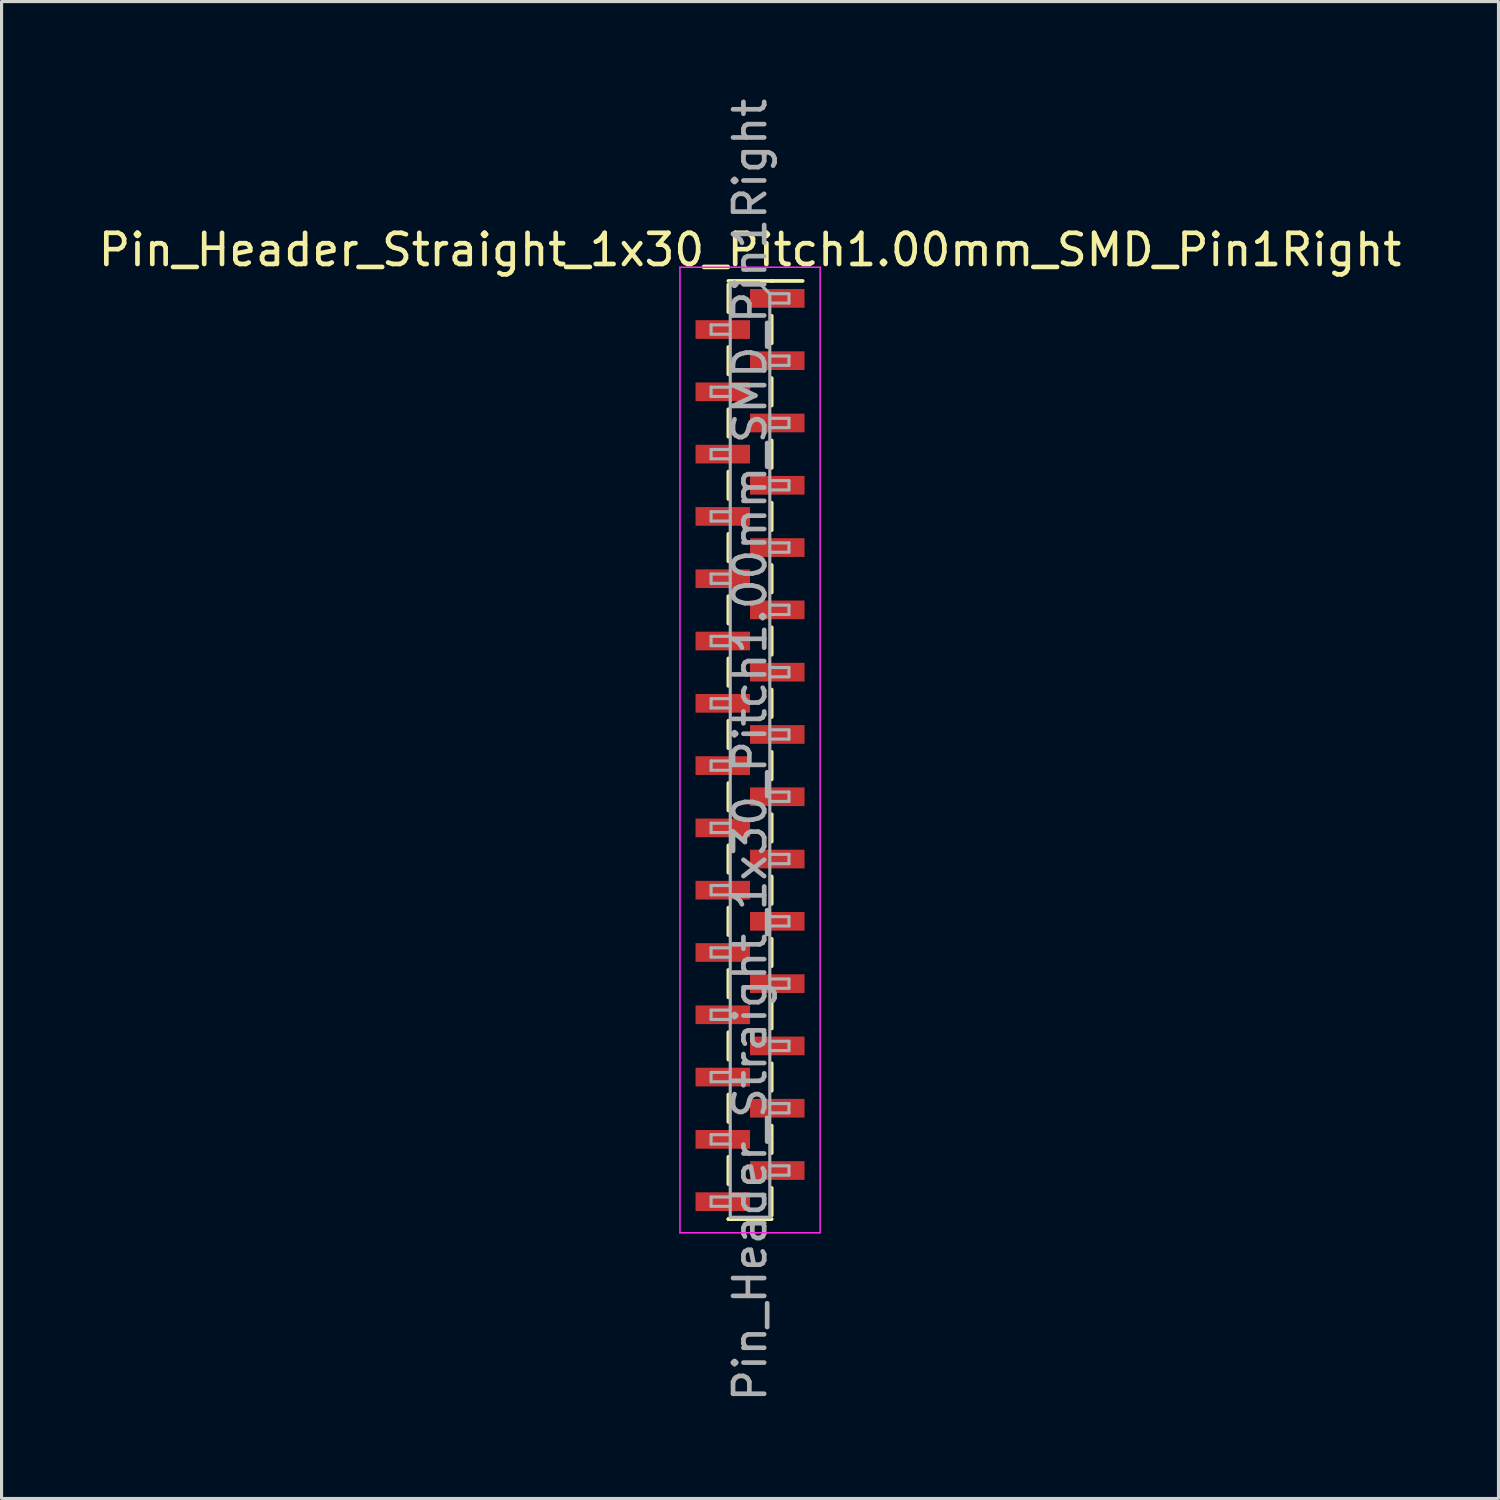
<source format=kicad_pcb>
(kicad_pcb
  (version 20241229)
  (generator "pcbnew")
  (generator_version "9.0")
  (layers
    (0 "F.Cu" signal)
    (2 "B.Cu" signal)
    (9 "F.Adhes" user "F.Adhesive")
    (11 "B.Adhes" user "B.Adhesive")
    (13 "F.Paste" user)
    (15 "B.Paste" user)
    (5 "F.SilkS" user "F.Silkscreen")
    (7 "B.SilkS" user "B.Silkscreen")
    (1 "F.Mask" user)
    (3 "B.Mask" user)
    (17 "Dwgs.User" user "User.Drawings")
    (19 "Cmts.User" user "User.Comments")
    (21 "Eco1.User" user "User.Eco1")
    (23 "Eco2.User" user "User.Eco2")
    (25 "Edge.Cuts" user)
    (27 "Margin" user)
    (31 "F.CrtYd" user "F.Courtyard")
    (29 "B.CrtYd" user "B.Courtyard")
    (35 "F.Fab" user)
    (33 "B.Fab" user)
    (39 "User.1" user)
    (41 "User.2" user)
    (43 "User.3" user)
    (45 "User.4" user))
  (footprint "Pin_Header_Straight_1x30_Pitch1.00mm_SMD_Pin1Right"
    (layer "F.Cu")
    (at 21.03 21.03)
    (property "Reference" "Pin_Header_Straight_1x30_Pitch1.00mm_SMD_Pin1Right" (at 0 -16.06 0) (layer "F.SilkS") (effects (font (size 1 1) (thickness 0.15))))
    (attr smd)
    (fp_line (start -0.695 -15.06) (end 0.695 -15.06) (stroke (width 0.12) (type solid)) (layer "F.SilkS"))
    (fp_line (start -0.695 -14.94) (end -0.695 -14.06) (stroke (width 0.12) (type solid)) (layer "F.SilkS"))
    (fp_line (start -0.695 -12.94) (end -0.695 -12.06) (stroke (width 0.12) (type solid)) (layer "F.SilkS"))
    (fp_line (start -0.695 -10.94) (end -0.695 -10.06) (stroke (width 0.12) (type solid)) (layer "F.SilkS"))
    (fp_line (start -0.695 -8.94) (end -0.695 -8.06) (stroke (width 0.12) (type solid)) (layer "F.SilkS"))
    (fp_line (start -0.695 -6.94) (end -0.695 -6.06) (stroke (width 0.12) (type solid)) (layer "F.SilkS"))
    (fp_line (start -0.695 -4.94) (end -0.695 -4.06) (stroke (width 0.12) (type solid)) (layer "F.SilkS"))
    (fp_line (start -0.695 -2.94) (end -0.695 -2.06) (stroke (width 0.12) (type solid)) (layer "F.SilkS"))
    (fp_line (start -0.695 -0.94) (end -0.695 -0.06) (stroke (width 0.12) (type solid)) (layer "F.SilkS"))
    (fp_line (start -0.695 1.06) (end -0.695 1.94) (stroke (width 0.12) (type solid)) (layer "F.SilkS"))
    (fp_line (start -0.695 3.06) (end -0.695 3.94) (stroke (width 0.12) (type solid)) (layer "F.SilkS"))
    (fp_line (start -0.695 5.06) (end -0.695 5.94) (stroke (width 0.12) (type solid)) (layer "F.SilkS"))
    (fp_line (start -0.695 7.06) (end -0.695 7.94) (stroke (width 0.12) (type solid)) (layer "F.SilkS"))
    (fp_line (start -0.695 9.06) (end -0.695 9.94) (stroke (width 0.12) (type solid)) (layer "F.SilkS"))
    (fp_line (start -0.695 11.06) (end -0.695 11.94) (stroke (width 0.12) (type solid)) (layer "F.SilkS"))
    (fp_line (start -0.695 13.06) (end -0.695 13.94) (stroke (width 0.12) (type solid)) (layer "F.SilkS"))
    (fp_line (start -0.695 15.06) (end -0.695 15.06) (stroke (width 0.12) (type solid)) (layer "F.SilkS"))
    (fp_line (start -0.695 15.06) (end 0.695 15.06) (stroke (width 0.12) (type solid)) (layer "F.SilkS"))
    (fp_line (start 0.695 -15.06) (end 0.695 -15.06) (stroke (width 0.12) (type solid)) (layer "F.SilkS"))
    (fp_line (start 0.695 -15.06) (end 1.69 -15.06) (stroke (width 0.12) (type solid)) (layer "F.SilkS"))
    (fp_line (start 0.695 -13.94) (end 0.695 -13.06) (stroke (width 0.12) (type solid)) (layer "F.SilkS"))
    (fp_line (start 0.695 -11.94) (end 0.695 -11.06) (stroke (width 0.12) (type solid)) (layer "F.SilkS"))
    (fp_line (start 0.695 -9.94) (end 0.695 -9.06) (stroke (width 0.12) (type solid)) (layer "F.SilkS"))
    (fp_line (start 0.695 -7.94) (end 0.695 -7.06) (stroke (width 0.12) (type solid)) (layer "F.SilkS"))
    (fp_line (start 0.695 -5.94) (end 0.695 -5.06) (stroke (width 0.12) (type solid)) (layer "F.SilkS"))
    (fp_line (start 0.695 -3.94) (end 0.695 -3.06) (stroke (width 0.12) (type solid)) (layer "F.SilkS"))
    (fp_line (start 0.695 -1.94) (end 0.695 -1.06) (stroke (width 0.12) (type solid)) (layer "F.SilkS"))
    (fp_line (start 0.695 0.06) (end 0.695 0.94) (stroke (width 0.12) (type solid)) (layer "F.SilkS"))
    (fp_line (start 0.695 2.06) (end 0.695 2.94) (stroke (width 0.12) (type solid)) (layer "F.SilkS"))
    (fp_line (start 0.695 4.06) (end 0.695 4.94) (stroke (width 0.12) (type solid)) (layer "F.SilkS"))
    (fp_line (start 0.695 6.06) (end 0.695 6.94) (stroke (width 0.12) (type solid)) (layer "F.SilkS"))
    (fp_line (start 0.695 8.06) (end 0.695 8.94) (stroke (width 0.12) (type solid)) (layer "F.SilkS"))
    (fp_line (start 0.695 10.06) (end 0.695 10.94) (stroke (width 0.12) (type solid)) (layer "F.SilkS"))
    (fp_line (start 0.695 12.06) (end 0.695 12.94) (stroke (width 0.12) (type solid)) (layer "F.SilkS"))
    (fp_line (start 0.695 14.06) (end 0.695 14.94) (stroke (width 0.12) (type solid)) (layer "F.SilkS"))
    (fp_line (start -2.25 -15.5) (end -2.25 15.5) (stroke (width 0.05) (type solid)) (layer "F.CrtYd"))
    (fp_line (start -2.25 15.5) (end 2.25 15.5) (stroke (width 0.05) (type solid)) (layer "F.CrtYd"))
    (fp_line (start 2.25 -15.5) (end -2.25 -15.5) (stroke (width 0.05) (type solid)) (layer "F.CrtYd"))
    (fp_line (start 2.25 15.5) (end 2.25 -15.5) (stroke (width 0.05) (type solid)) (layer "F.CrtYd"))
    (fp_line (start -1.25 -13.65) (end -1.25 -13.35) (stroke (width 0.1) (type solid)) (layer "F.Fab"))
    (fp_line (start -1.25 -13.35) (end -0.635 -13.35) (stroke (width 0.1) (type solid)) (layer "F.Fab"))
    (fp_line (start -1.25 -11.65) (end -1.25 -11.35) (stroke (width 0.1) (type solid)) (layer "F.Fab"))
    (fp_line (start -1.25 -11.35) (end -0.635 -11.35) (stroke (width 0.1) (type solid)) (layer "F.Fab"))
    (fp_line (start -1.25 -9.65) (end -1.25 -9.35) (stroke (width 0.1) (type solid)) (layer "F.Fab"))
    (fp_line (start -1.25 -9.35) (end -0.635 -9.35) (stroke (width 0.1) (type solid)) (layer "F.Fab"))
    (fp_line (start -1.25 -7.65) (end -1.25 -7.35) (stroke (width 0.1) (type solid)) (layer "F.Fab"))
    (fp_line (start -1.25 -7.35) (end -0.635 -7.35) (stroke (width 0.1) (type solid)) (layer "F.Fab"))
    (fp_line (start -1.25 -5.65) (end -1.25 -5.35) (stroke (width 0.1) (type solid)) (layer "F.Fab"))
    (fp_line (start -1.25 -5.35) (end -0.635 -5.35) (stroke (width 0.1) (type solid)) (layer "F.Fab"))
    (fp_line (start -1.25 -3.65) (end -1.25 -3.35) (stroke (width 0.1) (type solid)) (layer "F.Fab"))
    (fp_line (start -1.25 -3.35) (end -0.635 -3.35) (stroke (width 0.1) (type solid)) (layer "F.Fab"))
    (fp_line (start -1.25 -1.65) (end -1.25 -1.35) (stroke (width 0.1) (type solid)) (layer "F.Fab"))
    (fp_line (start -1.25 -1.35) (end -0.635 -1.35) (stroke (width 0.1) (type solid)) (layer "F.Fab"))
    (fp_line (start -1.25 0.35) (end -1.25 0.65) (stroke (width 0.1) (type solid)) (layer "F.Fab"))
    (fp_line (start -1.25 0.65) (end -0.635 0.65) (stroke (width 0.1) (type solid)) (layer "F.Fab"))
    (fp_line (start -1.25 2.35) (end -1.25 2.65) (stroke (width 0.1) (type solid)) (layer "F.Fab"))
    (fp_line (start -1.25 2.65) (end -0.635 2.65) (stroke (width 0.1) (type solid)) (layer "F.Fab"))
    (fp_line (start -1.25 4.35) (end -1.25 4.65) (stroke (width 0.1) (type solid)) (layer "F.Fab"))
    (fp_line (start -1.25 4.65) (end -0.635 4.65) (stroke (width 0.1) (type solid)) (layer "F.Fab"))
    (fp_line (start -1.25 6.35) (end -1.25 6.65) (stroke (width 0.1) (type solid)) (layer "F.Fab"))
    (fp_line (start -1.25 6.65) (end -0.635 6.65) (stroke (width 0.1) (type solid)) (layer "F.Fab"))
    (fp_line (start -1.25 8.35) (end -1.25 8.65) (stroke (width 0.1) (type solid)) (layer "F.Fab"))
    (fp_line (start -1.25 8.65) (end -0.635 8.65) (stroke (width 0.1) (type solid)) (layer "F.Fab"))
    (fp_line (start -1.25 10.35) (end -1.25 10.65) (stroke (width 0.1) (type solid)) (layer "F.Fab"))
    (fp_line (start -1.25 10.65) (end -0.635 10.65) (stroke (width 0.1) (type solid)) (layer "F.Fab"))
    (fp_line (start -1.25 12.35) (end -1.25 12.65) (stroke (width 0.1) (type solid)) (layer "F.Fab"))
    (fp_line (start -1.25 12.65) (end -0.635 12.65) (stroke (width 0.1) (type solid)) (layer "F.Fab"))
    (fp_line (start -1.25 14.35) (end -1.25 14.65) (stroke (width 0.1) (type solid)) (layer "F.Fab"))
    (fp_line (start -1.25 14.65) (end -0.635 14.65) (stroke (width 0.1) (type solid)) (layer "F.Fab"))
    (fp_line (start -0.635 -15) (end -0.635 15) (stroke (width 0.1) (type solid)) (layer "F.Fab"))
    (fp_line (start -0.635 -15) (end 0.285 -15) (stroke (width 0.1) (type solid)) (layer "F.Fab"))
    (fp_line (start -0.635 -13.65) (end -1.25 -13.65) (stroke (width 0.1) (type solid)) (layer "F.Fab"))
    (fp_line (start -0.635 -11.65) (end -1.25 -11.65) (stroke (width 0.1) (type solid)) (layer "F.Fab"))
    (fp_line (start -0.635 -9.65) (end -1.25 -9.65) (stroke (width 0.1) (type solid)) (layer "F.Fab"))
    (fp_line (start -0.635 -7.65) (end -1.25 -7.65) (stroke (width 0.1) (type solid)) (layer "F.Fab"))
    (fp_line (start -0.635 -5.65) (end -1.25 -5.65) (stroke (width 0.1) (type solid)) (layer "F.Fab"))
    (fp_line (start -0.635 -3.65) (end -1.25 -3.65) (stroke (width 0.1) (type solid)) (layer "F.Fab"))
    (fp_line (start -0.635 -1.65) (end -1.25 -1.65) (stroke (width 0.1) (type solid)) (layer "F.Fab"))
    (fp_line (start -0.635 0.35) (end -1.25 0.35) (stroke (width 0.1) (type solid)) (layer "F.Fab"))
    (fp_line (start -0.635 2.35) (end -1.25 2.35) (stroke (width 0.1) (type solid)) (layer "F.Fab"))
    (fp_line (start -0.635 4.35) (end -1.25 4.35) (stroke (width 0.1) (type solid)) (layer "F.Fab"))
    (fp_line (start -0.635 6.35) (end -1.25 6.35) (stroke (width 0.1) (type solid)) (layer "F.Fab"))
    (fp_line (start -0.635 8.35) (end -1.25 8.35) (stroke (width 0.1) (type solid)) (layer "F.Fab"))
    (fp_line (start -0.635 10.35) (end -1.25 10.35) (stroke (width 0.1) (type solid)) (layer "F.Fab"))
    (fp_line (start -0.635 12.35) (end -1.25 12.35) (stroke (width 0.1) (type solid)) (layer "F.Fab"))
    (fp_line (start -0.635 14.35) (end -1.25 14.35) (stroke (width 0.1) (type solid)) (layer "F.Fab"))
    (fp_line (start 0.635 -14.65) (end 0.285 -15) (stroke (width 0.1) (type solid)) (layer "F.Fab"))
    (fp_line (start 0.635 -14.65) (end 1.25 -14.65) (stroke (width 0.1) (type solid)) (layer "F.Fab"))
    (fp_line (start 0.635 -12.65) (end 1.25 -12.65) (stroke (width 0.1) (type solid)) (layer "F.Fab"))
    (fp_line (start 0.635 -10.65) (end 1.25 -10.65) (stroke (width 0.1) (type solid)) (layer "F.Fab"))
    (fp_line (start 0.635 -8.65) (end 1.25 -8.65) (stroke (width 0.1) (type solid)) (layer "F.Fab"))
    (fp_line (start 0.635 -6.65) (end 1.25 -6.65) (stroke (width 0.1) (type solid)) (layer "F.Fab"))
    (fp_line (start 0.635 -4.65) (end 1.25 -4.65) (stroke (width 0.1) (type solid)) (layer "F.Fab"))
    (fp_line (start 0.635 -2.65) (end 1.25 -2.65) (stroke (width 0.1) (type solid)) (layer "F.Fab"))
    (fp_line (start 0.635 -0.65) (end 1.25 -0.65) (stroke (width 0.1) (type solid)) (layer "F.Fab"))
    (fp_line (start 0.635 1.35) (end 1.25 1.35) (stroke (width 0.1) (type solid)) (layer "F.Fab"))
    (fp_line (start 0.635 3.35) (end 1.25 3.35) (stroke (width 0.1) (type solid)) (layer "F.Fab"))
    (fp_line (start 0.635 5.35) (end 1.25 5.35) (stroke (width 0.1) (type solid)) (layer "F.Fab"))
    (fp_line (start 0.635 7.35) (end 1.25 7.35) (stroke (width 0.1) (type solid)) (layer "F.Fab"))
    (fp_line (start 0.635 9.35) (end 1.25 9.35) (stroke (width 0.1) (type solid)) (layer "F.Fab"))
    (fp_line (start 0.635 11.35) (end 1.25 11.35) (stroke (width 0.1) (type solid)) (layer "F.Fab"))
    (fp_line (start 0.635 13.35) (end 1.25 13.35) (stroke (width 0.1) (type solid)) (layer "F.Fab"))
    (fp_line (start 0.635 15) (end -0.635 15) (stroke (width 0.1) (type solid)) (layer "F.Fab"))
    (fp_line (start 0.635 15) (end 0.635 -14.65) (stroke (width 0.1) (type solid)) (layer "F.Fab"))
    (fp_line (start 1.25 -14.65) (end 1.25 -14.35) (stroke (width 0.1) (type solid)) (layer "F.Fab"))
    (fp_line (start 1.25 -14.35) (end 0.635 -14.35) (stroke (width 0.1) (type solid)) (layer "F.Fab"))
    (fp_line (start 1.25 -12.65) (end 1.25 -12.35) (stroke (width 0.1) (type solid)) (layer "F.Fab"))
    (fp_line (start 1.25 -12.35) (end 0.635 -12.35) (stroke (width 0.1) (type solid)) (layer "F.Fab"))
    (fp_line (start 1.25 -10.65) (end 1.25 -10.35) (stroke (width 0.1) (type solid)) (layer "F.Fab"))
    (fp_line (start 1.25 -10.35) (end 0.635 -10.35) (stroke (width 0.1) (type solid)) (layer "F.Fab"))
    (fp_line (start 1.25 -8.65) (end 1.25 -8.35) (stroke (width 0.1) (type solid)) (layer "F.Fab"))
    (fp_line (start 1.25 -8.35) (end 0.635 -8.35) (stroke (width 0.1) (type solid)) (layer "F.Fab"))
    (fp_line (start 1.25 -6.65) (end 1.25 -6.35) (stroke (width 0.1) (type solid)) (layer "F.Fab"))
    (fp_line (start 1.25 -6.35) (end 0.635 -6.35) (stroke (width 0.1) (type solid)) (layer "F.Fab"))
    (fp_line (start 1.25 -4.65) (end 1.25 -4.35) (stroke (width 0.1) (type solid)) (layer "F.Fab"))
    (fp_line (start 1.25 -4.35) (end 0.635 -4.35) (stroke (width 0.1) (type solid)) (layer "F.Fab"))
    (fp_line (start 1.25 -2.65) (end 1.25 -2.35) (stroke (width 0.1) (type solid)) (layer "F.Fab"))
    (fp_line (start 1.25 -2.35) (end 0.635 -2.35) (stroke (width 0.1) (type solid)) (layer "F.Fab"))
    (fp_line (start 1.25 -0.65) (end 1.25 -0.35) (stroke (width 0.1) (type solid)) (layer "F.Fab"))
    (fp_line (start 1.25 -0.35) (end 0.635 -0.35) (stroke (width 0.1) (type solid)) (layer "F.Fab"))
    (fp_line (start 1.25 1.35) (end 1.25 1.65) (stroke (width 0.1) (type solid)) (layer "F.Fab"))
    (fp_line (start 1.25 1.65) (end 0.635 1.65) (stroke (width 0.1) (type solid)) (layer "F.Fab"))
    (fp_line (start 1.25 3.35) (end 1.25 3.65) (stroke (width 0.1) (type solid)) (layer "F.Fab"))
    (fp_line (start 1.25 3.65) (end 0.635 3.65) (stroke (width 0.1) (type solid)) (layer "F.Fab"))
    (fp_line (start 1.25 5.35) (end 1.25 5.65) (stroke (width 0.1) (type solid)) (layer "F.Fab"))
    (fp_line (start 1.25 5.65) (end 0.635 5.65) (stroke (width 0.1) (type solid)) (layer "F.Fab"))
    (fp_line (start 1.25 7.35) (end 1.25 7.65) (stroke (width 0.1) (type solid)) (layer "F.Fab"))
    (fp_line (start 1.25 7.65) (end 0.635 7.65) (stroke (width 0.1) (type solid)) (layer "F.Fab"))
    (fp_line (start 1.25 9.35) (end 1.25 9.65) (stroke (width 0.1) (type solid)) (layer "F.Fab"))
    (fp_line (start 1.25 9.65) (end 0.635 9.65) (stroke (width 0.1) (type solid)) (layer "F.Fab"))
    (fp_line (start 1.25 11.35) (end 1.25 11.65) (stroke (width 0.1) (type solid)) (layer "F.Fab"))
    (fp_line (start 1.25 11.65) (end 0.635 11.65) (stroke (width 0.1) (type solid)) (layer "F.Fab"))
    (fp_line (start 1.25 13.35) (end 1.25 13.65) (stroke (width 0.1) (type solid)) (layer "F.Fab"))
    (fp_line (start 1.25 13.65) (end 0.635 13.65) (stroke (width 0.1) (type solid)) (layer "F.Fab"))
    (fp_text user "${REFERENCE}" (at 0 0 90) (layer "F.Fab") (effects (font (size 1 1) (thickness 0.15))))
    (pad "1" smd rect (at 0.875 -14.5) (size 1.75 0.6) (layers "F.Cu" "F.Mask" "F.Paste"))
    (pad "2" smd rect (at -0.875 -13.5) (size 1.75 0.6) (layers "F.Cu" "F.Mask" "F.Paste"))
    (pad "3" smd rect (at 0.875 -12.5) (size 1.75 0.6) (layers "F.Cu" "F.Mask" "F.Paste"))
    (pad "4" smd rect (at -0.875 -11.5) (size 1.75 0.6) (layers "F.Cu" "F.Mask" "F.Paste"))
    (pad "5" smd rect (at 0.875 -10.5) (size 1.75 0.6) (layers "F.Cu" "F.Mask" "F.Paste"))
    (pad "6" smd rect (at -0.875 -9.5) (size 1.75 0.6) (layers "F.Cu" "F.Mask" "F.Paste"))
    (pad "7" smd rect (at 0.875 -8.5) (size 1.75 0.6) (layers "F.Cu" "F.Mask" "F.Paste"))
    (pad "8" smd rect (at -0.875 -7.5) (size 1.75 0.6) (layers "F.Cu" "F.Mask" "F.Paste"))
    (pad "9" smd rect (at 0.875 -6.5) (size 1.75 0.6) (layers "F.Cu" "F.Mask" "F.Paste"))
    (pad "10" smd rect (at -0.875 -5.5) (size 1.75 0.6) (layers "F.Cu" "F.Mask" "F.Paste"))
    (pad "11" smd rect (at 0.875 -4.5) (size 1.75 0.6) (layers "F.Cu" "F.Mask" "F.Paste"))
    (pad "12" smd rect (at -0.875 -3.5) (size 1.75 0.6) (layers "F.Cu" "F.Mask" "F.Paste"))
    (pad "13" smd rect (at 0.875 -2.5) (size 1.75 0.6) (layers "F.Cu" "F.Mask" "F.Paste"))
    (pad "14" smd rect (at -0.875 -1.5) (size 1.75 0.6) (layers "F.Cu" "F.Mask" "F.Paste"))
    (pad "15" smd rect (at 0.875 -0.5) (size 1.75 0.6) (layers "F.Cu" "F.Mask" "F.Paste"))
    (pad "16" smd rect (at -0.875 0.5) (size 1.75 0.6) (layers "F.Cu" "F.Mask" "F.Paste"))
    (pad "17" smd rect (at 0.875 1.5) (size 1.75 0.6) (layers "F.Cu" "F.Mask" "F.Paste"))
    (pad "18" smd rect (at -0.875 2.5) (size 1.75 0.6) (layers "F.Cu" "F.Mask" "F.Paste"))
    (pad "19" smd rect (at 0.875 3.5) (size 1.75 0.6) (layers "F.Cu" "F.Mask" "F.Paste"))
    (pad "20" smd rect (at -0.875 4.5) (size 1.75 0.6) (layers "F.Cu" "F.Mask" "F.Paste"))
    (pad "21" smd rect (at 0.875 5.5) (size 1.75 0.6) (layers "F.Cu" "F.Mask" "F.Paste"))
    (pad "22" smd rect (at -0.875 6.5) (size 1.75 0.6) (layers "F.Cu" "F.Mask" "F.Paste"))
    (pad "23" smd rect (at 0.875 7.5) (size 1.75 0.6) (layers "F.Cu" "F.Mask" "F.Paste"))
    (pad "24" smd rect (at -0.875 8.5) (size 1.75 0.6) (layers "F.Cu" "F.Mask" "F.Paste"))
    (pad "25" smd rect (at 0.875 9.5) (size 1.75 0.6) (layers "F.Cu" "F.Mask" "F.Paste"))
    (pad "26" smd rect (at -0.875 10.5) (size 1.75 0.6) (layers "F.Cu" "F.Mask" "F.Paste"))
    (pad "27" smd rect (at 0.875 11.5) (size 1.75 0.6) (layers "F.Cu" "F.Mask" "F.Paste"))
    (pad "28" smd rect (at -0.875 12.5) (size 1.75 0.6) (layers "F.Cu" "F.Mask" "F.Paste"))
    (pad "29" smd rect (at 0.875 13.5) (size 1.75 0.6) (layers "F.Cu" "F.Mask" "F.Paste"))
    (pad "30" smd rect (at -0.875 14.5) (size 1.75 0.6) (layers "F.Cu" "F.Mask" "F.Paste")))
  (gr_rect
    (start -3 -3)
    (end 45.06 45.06)
    (stroke (width 0.1) (type default))
    (fill no)
    (layer "Edge.Cuts")))
</source>
